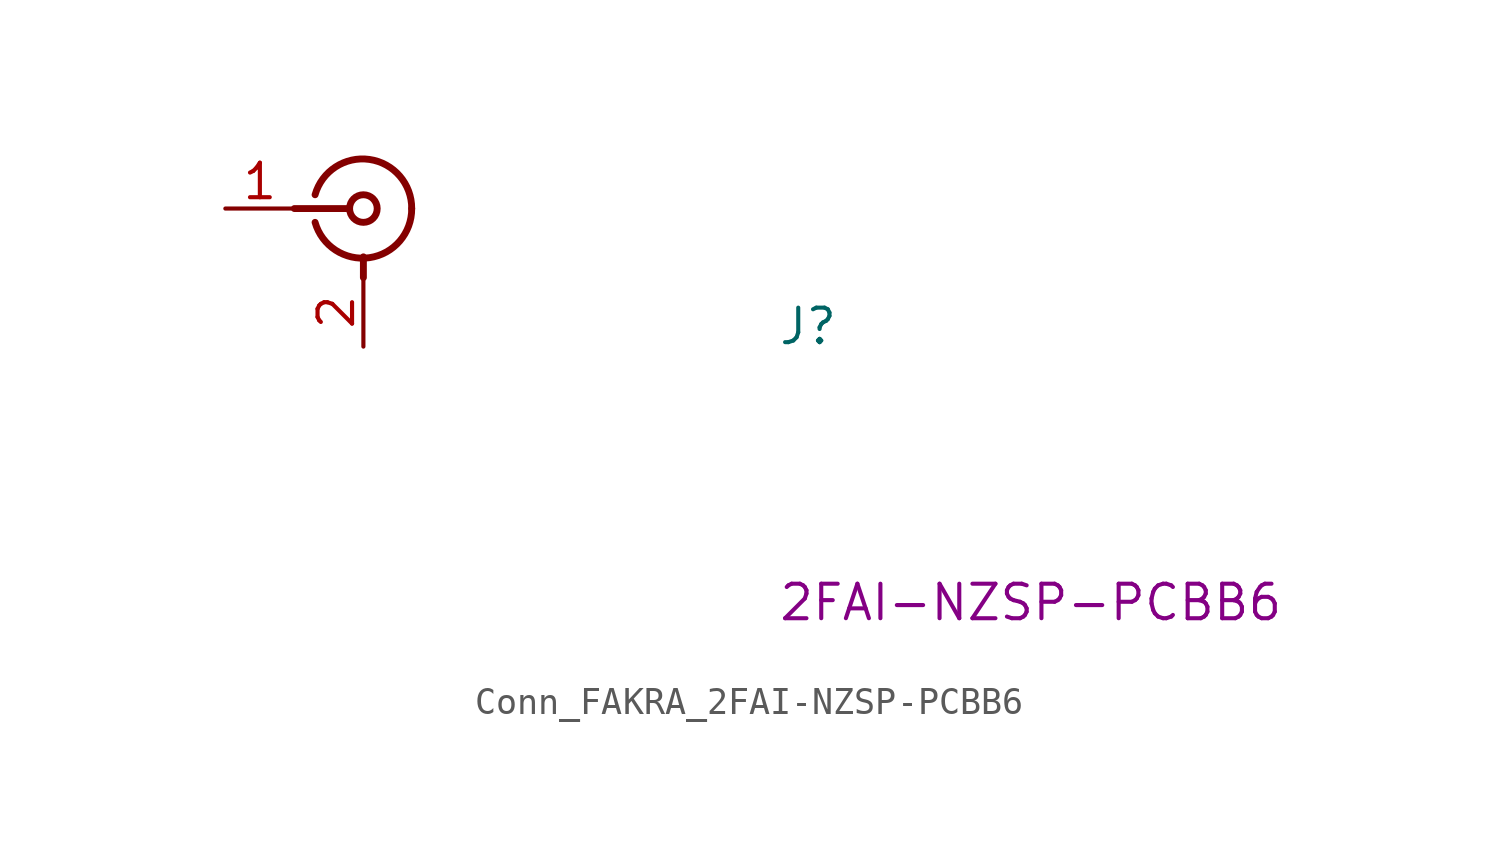
<source format=kicad_sym>
(kicad_symbol_lib
  (version 20220914)
  (generator kicad_symbol_editor)
  (symbol "Conn_FAKRA_2FAI-NZSP-PCBB6"
    (pin_names hide)
    (property "Reference" "J"
      (at 20.32 -5.08 0)
      (effects (font (size 1.27 1.27) (thickness 0.15)) (justify left bottom)))
    (property "MPN" "2FAI-NZSP-PCBB6"
      (at 20.32 -15.24 0)
      (effects (font (size 1.27 1.27) (thickness 0.15)) (justify left bottom)))
    (symbol "Conn_FAKRA_2FAI-NZSP-PCBB6_1_1"
      (polyline (pts (xy 2.54 0) (xy 4.572 0)) (stroke (width 0.254) (type default)) (fill (type none)))
      (polyline (pts (xy 5.08 -2.54) (xy 5.08 -1.778)) (stroke (width 0.254) (type default)) (fill (type none)))
      (arc (start 3.302 -0.508) (mid 5.302 -1.808) (end 6.858 0) (stroke (width 0.254) (type default)) (fill (type none)))
      (circle (center 5.08 0) (radius 0.508) (stroke (width 0.254) (type default)) (fill (type none)))
      (arc (start 6.858 0) (mid 5.302 1.8083) (end 3.302 0.508) (stroke (width 0.254) (type default)) (fill (type none)))
      (pin passive line (at 0 0 0) (length 2.54) (name "1" (effects (font (size 1.27 1.27)))) (number "1" (effects (font (size 1.27 1.27)))))
      (pin passive line (at 5.08 -5.08 90) (length 2.54) (name "2" (effects (font (size 1.27 1.27)))) (number "2" (effects (font (size 1.27 1.27)))))
      (pin passive line (at 5.08 -5.08 90) (length 2.54) hide (name "3" (effects (font (size 1.27 1.27)))) (number "3" (effects (font (size 1.27 1.27)))))
      (pin passive line (at 5.08 -5.08 90) (length 2.54) hide (name "4" (effects (font (size 1.27 1.27)))) (number "4" (effects (font (size 1.27 1.27)))))
      (pin passive line (at 5.08 -5.08 90) (length 2.54) hide (name "5" (effects (font (size 1.27 1.27)))) (number "5" (effects (font (size 1.27 1.27))))))))
</source>
